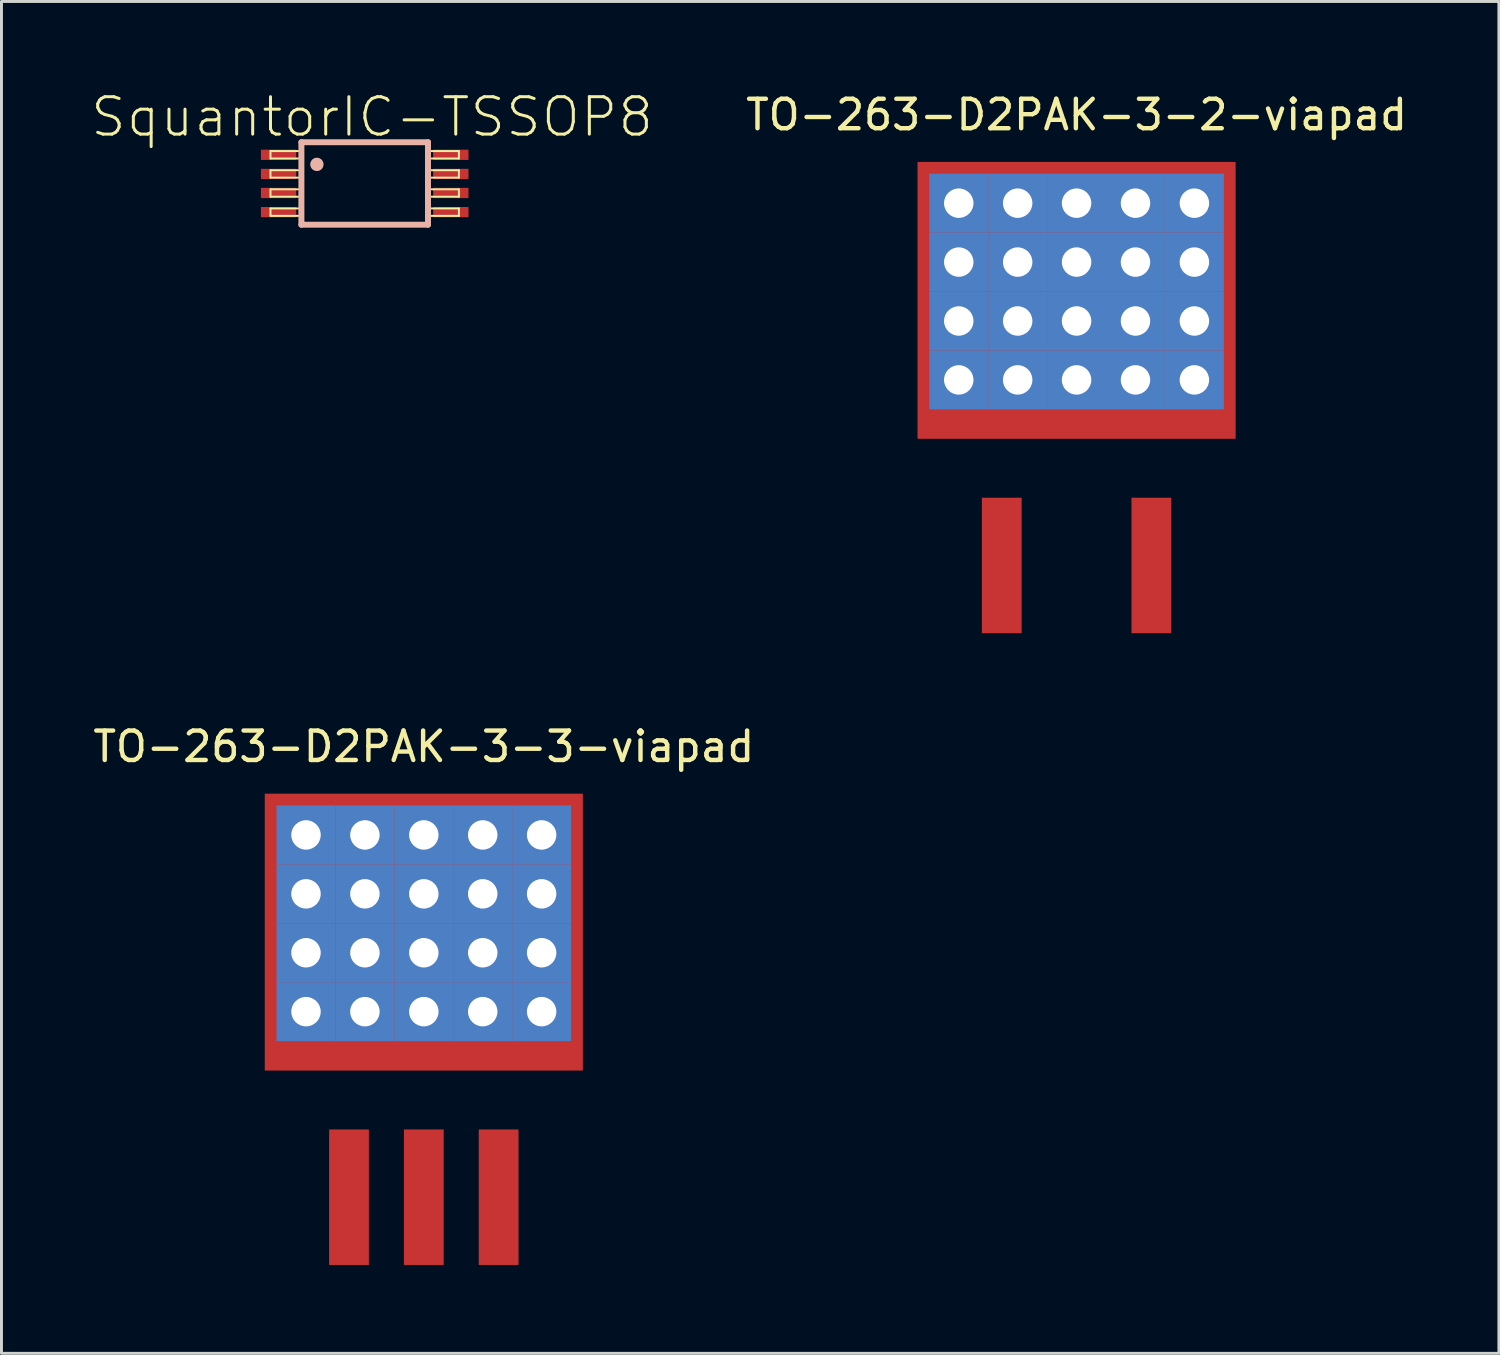
<source format=kicad_pcb>
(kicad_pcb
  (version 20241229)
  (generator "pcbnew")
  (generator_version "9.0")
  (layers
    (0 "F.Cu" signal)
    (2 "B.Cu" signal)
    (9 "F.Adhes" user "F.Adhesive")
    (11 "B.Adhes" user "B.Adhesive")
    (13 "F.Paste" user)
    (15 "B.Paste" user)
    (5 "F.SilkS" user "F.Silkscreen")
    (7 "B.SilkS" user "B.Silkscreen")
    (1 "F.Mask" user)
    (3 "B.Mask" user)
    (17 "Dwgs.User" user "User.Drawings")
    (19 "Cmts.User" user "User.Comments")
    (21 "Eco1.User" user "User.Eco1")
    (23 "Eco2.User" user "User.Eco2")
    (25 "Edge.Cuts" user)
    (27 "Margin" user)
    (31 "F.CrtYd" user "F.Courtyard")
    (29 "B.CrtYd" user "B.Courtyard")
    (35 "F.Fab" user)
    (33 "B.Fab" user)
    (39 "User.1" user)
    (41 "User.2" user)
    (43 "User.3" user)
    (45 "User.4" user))
  (footprint "TO-263-D2PAK-3-2-viapad"
    (layer "F.Cu")
    (at 33.501 12.848)
    (property "Reference" "TO-263-D2PAK-3-2-viapad" (at 0 -12 0) (layer "F.SilkS") (effects (font (size 1 1) (thickness 0.15))))
    (attr through_hole)
    (pad "1" smd rect (at -2.54 3.3 180) (size 1.35 4.6) (layers "F.Cu" "F.Mask" "F.Paste"))
    (pad "2" thru_hole rect (at -4 -9 180) (size 2 2) (drill 1) (layers "*.Cu" "*.Mask"))
    (pad "2" thru_hole rect (at -4 -7 180) (size 2 2) (drill 1) (layers "*.Cu" "*.Mask"))
    (pad "2" thru_hole rect (at -4 -5 180) (size 2 2) (drill 1) (layers "*.Cu" "*.Mask"))
    (pad "2" thru_hole rect (at -4 -3 180) (size 2 2) (drill 1) (layers "*.Cu" "*.Mask"))
    (pad "2" thru_hole rect (at -2 -9 180) (size 2 2) (drill 1) (layers "*.Cu" "*.Mask"))
    (pad "2" thru_hole rect (at -2 -7 180) (size 2 2) (drill 1) (layers "*.Cu" "*.Mask"))
    (pad "2" thru_hole rect (at -2 -5 180) (size 2 2) (drill 1) (layers "*.Cu" "*.Mask"))
    (pad "2" thru_hole rect (at -2 -3 180) (size 2 2) (drill 1) (layers "*.Cu" "*.Mask"))
    (pad "2" thru_hole rect (at 0 -9 180) (size 2 2) (drill 1) (layers "*.Cu" "*.Mask"))
    (pad "2" thru_hole rect (at 0 -7 180) (size 2 2) (drill 1) (layers "*.Cu" "*.Mask"))
    (pad "2" smd rect (at 0 -5.7 90) (size 9.4 10.8) (layers "F.Cu" "F.Mask" "F.Paste"))
    (pad "2" thru_hole rect (at 0 -5 180) (size 2 2) (drill 1) (layers "*.Cu" "*.Mask"))
    (pad "2" thru_hole rect (at 0 -3 180) (size 2 2) (drill 1) (layers "*.Cu" "*.Mask"))
    (pad "2" thru_hole rect (at 2 -9 180) (size 2 2) (drill 1) (layers "*.Cu" "*.Mask"))
    (pad "2" thru_hole rect (at 2 -7 180) (size 2 2) (drill 1) (layers "*.Cu" "*.Mask"))
    (pad "2" thru_hole rect (at 2 -5 180) (size 2 2) (drill 1) (layers "*.Cu" "*.Mask"))
    (pad "2" thru_hole rect (at 2 -3 180) (size 2 2) (drill 1) (layers "*.Cu" "*.Mask"))
    (pad "2" thru_hole rect (at 4 -9 180) (size 2 2) (drill 1) (layers "*.Cu" "*.Mask"))
    (pad "2" thru_hole rect (at 4 -7 180) (size 2 2) (drill 1) (layers "*.Cu" "*.Mask"))
    (pad "2" thru_hole rect (at 4 -5 180) (size 2 2) (drill 1) (layers "*.Cu" "*.Mask"))
    (pad "2" thru_hole rect (at 4 -3 180) (size 2 2) (drill 1) (layers "*.Cu" "*.Mask"))
    (pad "3" smd rect (at 2.54 3.3 180) (size 1.35 4.6) (layers "F.Cu" "F.Mask" "F.Paste")))
  (footprint "SquantorIC-TSSOP8"
    (layer "F.Cu")
    (at 9.332 3.179)
    (property "Reference" "SquantorIC-TSSOP8" (at 0.249 -2.258 0) (layer "F.SilkS") (effects (font (size 1.27 1.27) (thickness 0.102))))
    (attr smd)
    (fp_line (start -3.198 -1.1) (end -2.2 -1.1) (stroke (width 0.066) (type solid)) (layer "F.SilkS"))
    (fp_line (start -3.198 -0.848) (end -3.198 -1.1) (stroke (width 0.066) (type solid)) (layer "F.SilkS"))
    (fp_line (start -3.198 -0.848) (end -2.2 -0.848) (stroke (width 0.066) (type solid)) (layer "F.SilkS"))
    (fp_line (start -3.198 -0.45) (end -2.2 -0.45) (stroke (width 0.066) (type solid)) (layer "F.SilkS"))
    (fp_line (start -3.198 -0.198) (end -3.198 -0.45) (stroke (width 0.066) (type solid)) (layer "F.SilkS"))
    (fp_line (start -3.198 -0.198) (end -2.2 -0.198) (stroke (width 0.066) (type solid)) (layer "F.SilkS"))
    (fp_line (start -3.198 0.198) (end -2.2 0.198) (stroke (width 0.066) (type solid)) (layer "F.SilkS"))
    (fp_line (start -3.198 0.45) (end -3.198 0.198) (stroke (width 0.066) (type solid)) (layer "F.SilkS"))
    (fp_line (start -3.198 0.45) (end -2.2 0.45) (stroke (width 0.066) (type solid)) (layer "F.SilkS"))
    (fp_line (start -3.198 0.848) (end -2.2 0.848) (stroke (width 0.066) (type solid)) (layer "F.SilkS"))
    (fp_line (start -3.198 1.1) (end -3.198 0.848) (stroke (width 0.066) (type solid)) (layer "F.SilkS"))
    (fp_line (start -3.198 1.1) (end -2.2 1.1) (stroke (width 0.066) (type solid)) (layer "F.SilkS"))
    (fp_line (start -2.2 -0.848) (end -2.2 -1.1) (stroke (width 0.066) (type solid)) (layer "F.SilkS"))
    (fp_line (start -2.2 -0.198) (end -2.2 -0.45) (stroke (width 0.066) (type solid)) (layer "F.SilkS"))
    (fp_line (start -2.2 0.45) (end -2.2 0.198) (stroke (width 0.066) (type solid)) (layer "F.SilkS"))
    (fp_line (start -2.2 1.1) (end -2.2 0.848) (stroke (width 0.066) (type solid)) (layer "F.SilkS"))
    (fp_line (start 2.2 -1.1) (end 3.198 -1.1) (stroke (width 0.066) (type solid)) (layer "F.SilkS"))
    (fp_line (start 2.2 -0.848) (end 2.2 -1.1) (stroke (width 0.066) (type solid)) (layer "F.SilkS"))
    (fp_line (start 2.2 -0.848) (end 3.198 -0.848) (stroke (width 0.066) (type solid)) (layer "F.SilkS"))
    (fp_line (start 2.2 -0.45) (end 3.198 -0.45) (stroke (width 0.066) (type solid)) (layer "F.SilkS"))
    (fp_line (start 2.2 -0.198) (end 2.2 -0.45) (stroke (width 0.066) (type solid)) (layer "F.SilkS"))
    (fp_line (start 2.2 -0.198) (end 3.198 -0.198) (stroke (width 0.066) (type solid)) (layer "F.SilkS"))
    (fp_line (start 2.2 0.198) (end 3.198 0.198) (stroke (width 0.066) (type solid)) (layer "F.SilkS"))
    (fp_line (start 2.2 0.45) (end 2.2 0.198) (stroke (width 0.066) (type solid)) (layer "F.SilkS"))
    (fp_line (start 2.2 0.45) (end 3.198 0.45) (stroke (width 0.066) (type solid)) (layer "F.SilkS"))
    (fp_line (start 2.2 0.848) (end 3.198 0.848) (stroke (width 0.066) (type solid)) (layer "F.SilkS"))
    (fp_line (start 2.2 1.1) (end 2.2 0.848) (stroke (width 0.066) (type solid)) (layer "F.SilkS"))
    (fp_line (start 2.2 1.1) (end 3.198 1.1) (stroke (width 0.066) (type solid)) (layer "F.SilkS"))
    (fp_line (start 3.198 -0.848) (end 3.198 -1.1) (stroke (width 0.066) (type solid)) (layer "F.SilkS"))
    (fp_line (start 3.198 -0.198) (end 3.198 -0.45) (stroke (width 0.066) (type solid)) (layer "F.SilkS"))
    (fp_line (start 3.198 0.45) (end 3.198 0.198) (stroke (width 0.066) (type solid)) (layer "F.SilkS"))
    (fp_line (start 3.198 1.1) (end 3.198 0.848) (stroke (width 0.066) (type solid)) (layer "F.SilkS"))
    (fp_line (start -2.149 -1.4) (end -2.149 1.4) (stroke (width 0.203) (type solid)) (layer "B.SilkS"))
    (fp_line (start -2.149 1.4) (end 2.149 1.4) (stroke (width 0.203) (type solid)) (layer "B.SilkS"))
    (fp_line (start 2.149 -1.4) (end -2.149 -1.4) (stroke (width 0.203) (type solid)) (layer "B.SilkS"))
    (fp_line (start 2.149 1.4) (end 2.149 -1.4) (stroke (width 0.203) (type solid)) (layer "B.SilkS"))
    (fp_circle (center -1.623 -0.648) (end -1.783 -0.808) (stroke (width 0) (type solid)) (fill yes) (layer "B.SilkS"))
    (pad "1" smd rect (at -2.924 -0.973) (size 1.199 0.348) (layers "F.Cu" "F.Mask" "F.Paste"))
    (pad "2" smd rect (at -2.924 -0.323) (size 1.199 0.348) (layers "F.Cu" "F.Mask" "F.Paste"))
    (pad "3" smd rect (at -2.924 0.323) (size 1.199 0.348) (layers "F.Cu" "F.Mask" "F.Paste"))
    (pad "4" smd rect (at -2.924 0.973) (size 1.199 0.348) (layers "F.Cu" "F.Mask" "F.Paste"))
    (pad "5" smd rect (at 2.924 0.973) (size 1.199 0.348) (layers "F.Cu" "F.Mask" "F.Paste"))
    (pad "6" smd rect (at 2.924 0.323) (size 1.199 0.348) (layers "F.Cu" "F.Mask" "F.Paste"))
    (pad "7" smd rect (at 2.924 -0.323) (size 1.199 0.348) (layers "F.Cu" "F.Mask" "F.Paste"))
    (pad "8" smd rect (at 2.924 -0.973) (size 1.199 0.348) (layers "F.Cu" "F.Mask" "F.Paste")))
  (footprint "TO-263-D2PAK-3-3-viapad"
    (layer "F.Cu")
    (at 11.339 34.297)
    (property "Reference" "TO-263-D2PAK-3-3-viapad" (at 0 -12 0) (layer "F.SilkS") (effects (font (size 1 1) (thickness 0.15))))
    (attr through_hole)
    (pad "1" smd rect (at -2.54 3.3 180) (size 1.35 4.6) (layers "F.Cu" "F.Mask" "F.Paste"))
    (pad "2" thru_hole rect (at -4 -9 180) (size 2 2) (drill 1) (layers "*.Cu" "*.Mask"))
    (pad "2" thru_hole rect (at -4 -7 180) (size 2 2) (drill 1) (layers "*.Cu" "*.Mask"))
    (pad "2" thru_hole rect (at -4 -5 180) (size 2 2) (drill 1) (layers "*.Cu" "*.Mask"))
    (pad "2" thru_hole rect (at -4 -3 180) (size 2 2) (drill 1) (layers "*.Cu" "*.Mask"))
    (pad "2" thru_hole rect (at -2 -9 180) (size 2 2) (drill 1) (layers "*.Cu" "*.Mask"))
    (pad "2" thru_hole rect (at -2 -7 180) (size 2 2) (drill 1) (layers "*.Cu" "*.Mask"))
    (pad "2" thru_hole rect (at -2 -5 180) (size 2 2) (drill 1) (layers "*.Cu" "*.Mask"))
    (pad "2" thru_hole rect (at -2 -3 180) (size 2 2) (drill 1) (layers "*.Cu" "*.Mask"))
    (pad "2" thru_hole rect (at 0 -9 180) (size 2 2) (drill 1) (layers "*.Cu" "*.Mask"))
    (pad "2" thru_hole rect (at 0 -7 180) (size 2 2) (drill 1) (layers "*.Cu" "*.Mask"))
    (pad "2" smd rect (at 0 -5.7 90) (size 9.4 10.8) (layers "F.Cu" "F.Mask" "F.Paste"))
    (pad "2" thru_hole rect (at 0 -5 180) (size 2 2) (drill 1) (layers "*.Cu" "*.Mask"))
    (pad "2" thru_hole rect (at 0 -3 180) (size 2 2) (drill 1) (layers "*.Cu" "*.Mask"))
    (pad "2" smd rect (at 0 3.3 180) (size 1.35 4.6) (layers "F.Cu" "F.Mask" "F.Paste"))
    (pad "2" thru_hole rect (at 2 -9 180) (size 2 2) (drill 1) (layers "*.Cu" "*.Mask"))
    (pad "2" thru_hole rect (at 2 -7 180) (size 2 2) (drill 1) (layers "*.Cu" "*.Mask"))
    (pad "2" thru_hole rect (at 2 -5 180) (size 2 2) (drill 1) (layers "*.Cu" "*.Mask"))
    (pad "2" thru_hole rect (at 2 -3 180) (size 2 2) (drill 1) (layers "*.Cu" "*.Mask"))
    (pad "2" thru_hole rect (at 4 -9 180) (size 2 2) (drill 1) (layers "*.Cu" "*.Mask"))
    (pad "2" thru_hole rect (at 4 -7 180) (size 2 2) (drill 1) (layers "*.Cu" "*.Mask"))
    (pad "2" thru_hole rect (at 4 -5 180) (size 2 2) (drill 1) (layers "*.Cu" "*.Mask"))
    (pad "2" thru_hole rect (at 4 -3 180) (size 2 2) (drill 1) (layers "*.Cu" "*.Mask"))
    (pad "3" smd rect (at 2.54 3.3 180) (size 1.35 4.6) (layers "F.Cu" "F.Mask" "F.Paste")))
  (gr_rect
    (start -3 -3)
    (end 47.84 42.897)
    (stroke (width 0.1) (type default))
    (fill no)
    (layer "Edge.Cuts")))
</source>
